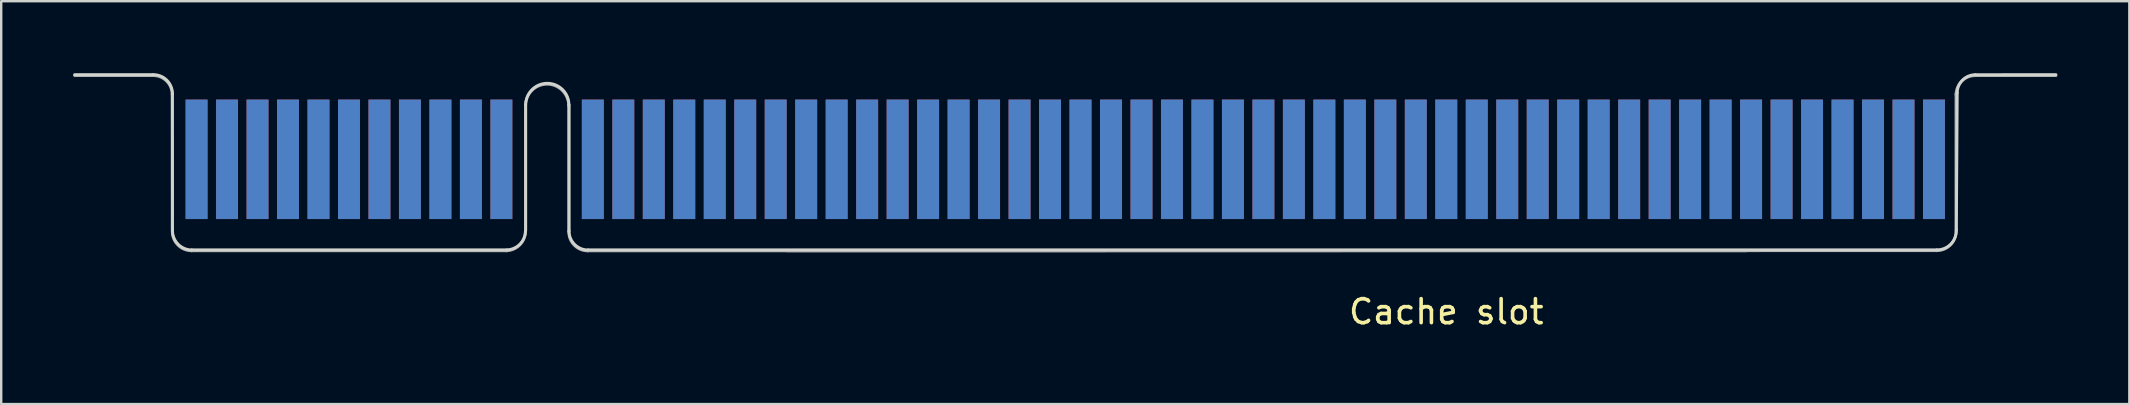
<source format=kicad_pcb>
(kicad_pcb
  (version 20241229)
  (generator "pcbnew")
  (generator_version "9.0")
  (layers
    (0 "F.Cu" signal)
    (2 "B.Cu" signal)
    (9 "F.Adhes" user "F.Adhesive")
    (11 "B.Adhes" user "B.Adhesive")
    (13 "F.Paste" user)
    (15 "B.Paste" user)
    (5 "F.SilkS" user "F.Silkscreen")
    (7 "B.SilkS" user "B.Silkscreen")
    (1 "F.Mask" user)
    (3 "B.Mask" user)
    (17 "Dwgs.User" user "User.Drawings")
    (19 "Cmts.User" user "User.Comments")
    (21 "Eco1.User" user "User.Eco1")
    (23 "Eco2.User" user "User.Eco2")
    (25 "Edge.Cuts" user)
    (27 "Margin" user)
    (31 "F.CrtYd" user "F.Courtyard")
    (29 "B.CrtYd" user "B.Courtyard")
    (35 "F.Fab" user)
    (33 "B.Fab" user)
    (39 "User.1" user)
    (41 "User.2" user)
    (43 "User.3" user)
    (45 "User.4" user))
  (footprint "Cache slot"
    (layer "F.Cu")
    (at 41.97 3.588)
    (property "Reference" "Cache slot" (at 15.24 6.35 0) (layer "F.SilkS") (effects (font (size 1 1) (thickness 0.15))))
    (attr exclude_from_pos_files)
    (fp_line (start -41.91 -3.528) (end -38.636 -3.528) (stroke (width 0.12) (type solid)) (layer "Edge.Cuts"))
    (fp_line (start -37.833 2.948) (end -37.836 -2.747) (stroke (width 0.12) (type solid)) (layer "Edge.Cuts"))
    (fp_line (start -23.899 3.772) (end -37.03 3.772) (stroke (width 0.12) (type solid)) (layer "Edge.Cuts"))
    (fp_line (start -23.116 -2.268) (end -23.116 2.963) (stroke (width 0.12) (type solid)) (layer "Edge.Cuts"))
    (fp_line (start -21.31 -2.268) (end -21.31 2.977) (stroke (width 0.12) (type solid)) (layer "Edge.Cuts"))
    (fp_line (start -20.518 3.772) (end 35.683 3.772) (stroke (width 0.12) (type solid)) (layer "Edge.Cuts"))
    (fp_line (start 36.493 2.935) (end 36.529 -2.766) (stroke (width 0.12) (type solid)) (layer "Edge.Cuts"))
    (fp_line (start 37.291 -3.526) (end 40.64 -3.528) (stroke (width 0.12) (type solid)) (layer "Edge.Cuts"))
    (fp_arc (start -38.635855 -3.527604) (mid -38.074161 -3.302896) (end -37.835855 -2.746836) (stroke (width 0.12) (type solid)) (layer "Edge.Cuts"))
    (fp_arc (start -37.029965 3.775708) (mid -37.605263 3.530279) (end -37.833026 2.947761) (stroke (width 0.12) (type solid)) (layer "Edge.Cuts"))
    (fp_arc (start -23.121507 2.962602) (mid -23.347204 3.524341) (end -23.899434 3.772396) (stroke (width 0.12) (type solid)) (layer "Edge.Cuts"))
    (fp_arc (start -23.115585 -2.267604) (mid -22.215185 -3.168004) (end -21.314785 -2.267604) (stroke (width 0.12) (type solid)) (layer "Edge.Cuts"))
    (fp_arc (start -20.517689 3.776844) (mid -21.081144 3.542479) (end -21.310184 2.97684) (stroke (width 0.12) (type solid)) (layer "Edge.Cuts"))
    (fp_arc (start 36.493288 2.93548) (mid 36.266121 3.526563) (end 35.682554 3.772396) (stroke (width 0.12) (type solid)) (layer "Edge.Cuts"))
    (fp_arc (start 36.529256 -2.766483) (mid 36.752358 -3.304222) (end 37.290587 -3.526139) (stroke (width 0.12) (type solid)) (layer "Edge.Cuts"))
    (fp_line (start -41.91 -3.49) (end -38.646 -3.49) (stroke (width 0.12) (type solid)) (layer "F.Fab"))
    (fp_line (start -37.843 2.985) (end -37.846 -2.709) (stroke (width 0.12) (type solid)) (layer "F.Fab"))
    (fp_line (start -23.909 3.81) (end -37.04 3.81) (stroke (width 0.12) (type solid)) (layer "F.Fab"))
    (fp_line (start -23.125 -2.23) (end -23.125 3) (stroke (width 0.12) (type solid)) (layer "F.Fab"))
    (fp_line (start -21.32 -2.23) (end -21.32 3.014) (stroke (width 0.12) (type solid)) (layer "F.Fab"))
    (fp_line (start -20.538 3.814) (end 27.74 3.81) (stroke (width 0.12) (type solid)) (layer "F.Fab"))
    (fp_line (start -12.246 3.81) (end 35.673 3.805) (stroke (width 0.12) (type solid)) (layer "F.Fab"))
    (fp_line (start 36.479 2.973) (end 36.479 -2.729) (stroke (width 0.12) (type solid)) (layer "F.Fab"))
    (fp_line (start 37.281 -3.489) (end 40.64 -3.49) (stroke (width 0.12) (type solid)) (layer "F.Fab"))
    (fp_arc (start -38.64567 -3.49) (mid -38.083968 -3.265301) (end -37.84567 -2.709232) (stroke (width 0.12) (type solid)) (layer "F.Fab"))
    (fp_arc (start -37.039761 3.81) (mid -37.607385 3.571004) (end -37.839761 3.000638) (stroke (width 0.12) (type solid)) (layer "F.Fab"))
    (fp_arc (start -23.131933 2.998859) (mid -23.367134 3.571437) (end -23.93832 3.81) (stroke (width 0.12) (type solid)) (layer "F.Fab"))
    (fp_arc (start -23.125455 -2.23) (mid -22.225 -3.130455) (end -21.324545 -2.23) (stroke (width 0.12) (type solid)) (layer "F.Fab"))
    (fp_arc (start -20.537704 3.814444) (mid -21.094537 3.576463) (end -21.32 3.014444) (stroke (width 0.12) (type solid)) (layer "F.Fab"))
    (fp_arc (start 36.479126 3.005107) (mid 36.241617 3.572114) (end 35.672739 3.805106) (stroke (width 0.12) (type solid)) (layer "F.Fab"))
    (fp_arc (start 36.480773 -2.688537) (mid 36.715087 -3.254222) (end 37.280772 -3.488536) (stroke (width 0.12) (type solid)) (layer "F.Fab"))
    (pad "a1" connect rect (at 35.56 0) (size 0.914 4.978) (layers "F.Cu"))
    (pad "a2" connect rect (at 34.29 0) (size 0.914 4.978) (layers "F.Cu"))
    (pad "a3" connect rect (at 33.02 0) (size 0.914 4.978) (layers "F.Cu"))
    (pad "a4" connect rect (at 31.75 0) (size 0.914 4.978) (layers "F.Cu"))
    (pad "a5" connect rect (at 30.48 0) (size 0.914 4.978) (layers "F.Cu"))
    (pad "a6" connect rect (at 29.21 0) (size 0.914 4.978) (layers "F.Cu"))
    (pad "a7" connect rect (at 27.94 0) (size 0.914 4.978) (layers "F.Cu"))
    (pad "a8" connect rect (at 26.67 0) (size 0.914 4.978) (layers "F.Cu"))
    (pad "a9" connect rect (at 25.4 0) (size 0.914 4.978) (layers "F.Cu"))
    (pad "a10" connect rect (at 24.13 0) (size 0.914 4.978) (layers "F.Cu"))
    (pad "a11" connect rect (at 22.86 0) (size 0.914 4.978) (layers "F.Cu"))
    (pad "a12" connect rect (at 21.59 0) (size 0.914 4.978) (layers "F.Cu"))
    (pad "a13" connect rect (at 20.32 0) (size 0.914 4.978) (layers "F.Cu"))
    (pad "a14" connect rect (at 19.05 0) (size 0.914 4.978) (layers "F.Cu"))
    (pad "a15" connect rect (at 17.78 0) (size 0.914 4.978) (layers "F.Cu"))
    (pad "a16" connect rect (at 16.51 0) (size 0.914 4.978) (layers "F.Cu"))
    (pad "a17" connect rect (at 15.24 0) (size 0.914 4.978) (layers "F.Cu"))
    (pad "a18" connect rect (at 13.97 0) (size 0.914 4.978) (layers "F.Cu"))
    (pad "a19" connect rect (at 12.7 0) (size 0.914 4.978) (layers "F.Cu"))
    (pad "a20" connect rect (at 11.43 0) (size 0.914 4.978) (layers "F.Cu"))
    (pad "a21" connect rect (at 10.16 0) (size 0.914 4.978) (layers "F.Cu"))
    (pad "a22" connect rect (at 8.89 0) (size 0.914 4.978) (layers "F.Cu"))
    (pad "a23" connect rect (at 7.62 0) (size 0.914 4.978) (layers "F.Cu"))
    (pad "a24" connect rect (at 6.35 0) (size 0.914 4.978) (layers "F.Cu"))
    (pad "a25" connect rect (at 5.08 0) (size 0.914 4.978) (layers "F.Cu"))
    (pad "a26" connect rect (at 3.81 0) (size 0.914 4.978) (layers "F.Cu"))
    (pad "a27" connect rect (at 2.54 0) (size 0.914 4.978) (layers "F.Cu"))
    (pad "a28" connect rect (at 1.27 0) (size 0.914 4.978) (layers "F.Cu"))
    (pad "a29" connect rect (at 0 0) (size 0.914 4.978) (layers "F.Cu"))
    (pad "a30" connect rect (at -1.27 0) (size 0.914 4.978) (layers "F.Cu"))
    (pad "a31" connect rect (at -2.54 0) (size 0.914 4.978) (layers "F.Cu"))
    (pad "a32" connect rect (at -3.81 0) (size 0.914 4.978) (layers "F.Cu"))
    (pad "a33" connect rect (at -5.08 0) (size 0.914 4.978) (layers "F.Cu"))
    (pad "a34" connect rect (at -6.35 0) (size 0.914 4.978) (layers "F.Cu"))
    (pad "a35" connect rect (at -7.62 0) (size 0.914 4.978) (layers "F.Cu"))
    (pad "a36" connect rect (at -8.89 0) (size 0.914 4.978) (layers "F.Cu"))
    (pad "a37" connect rect (at -10.16 0) (size 0.914 4.978) (layers "F.Cu"))
    (pad "a38" connect rect (at -11.43 0) (size 0.914 4.978) (layers "F.Cu"))
    (pad "a39" connect rect (at -12.7 0) (size 0.914 4.978) (layers "F.Cu"))
    (pad "a40" connect rect (at -13.97 0) (size 0.914 4.978) (layers "F.Cu"))
    (pad "a41" connect rect (at -15.24 0) (size 0.914 4.978) (layers "F.Cu"))
    (pad "a42" connect rect (at -16.51 0) (size 0.914 4.978) (layers "F.Cu"))
    (pad "a43" connect rect (at -17.78 0) (size 0.914 4.978) (layers "F.Cu"))
    (pad "a44" connect rect (at -19.05 0) (size 0.914 4.978) (layers "F.Cu"))
    (pad "a45" connect rect (at -20.32 0) (size 0.914 4.978) (layers "F.Cu"))
    (pad "a48" connect rect (at -24.13 0) (size 0.914 4.978) (layers "F.Cu"))
    (pad "a49" connect rect (at -25.4 0) (size 0.914 4.978) (layers "F.Cu"))
    (pad "a50" connect rect (at -26.67 0) (size 0.914 4.978) (layers "F.Cu"))
    (pad "a51" connect rect (at -27.94 0) (size 0.914 4.978) (layers "F.Cu"))
    (pad "a52" connect rect (at -29.21 0) (size 0.914 4.978) (layers "F.Cu"))
    (pad "a53" connect rect (at -30.48 0) (size 0.914 4.978) (layers "F.Cu"))
    (pad "a54" connect rect (at -31.75 0) (size 0.914 4.978) (layers "F.Cu"))
    (pad "a55" connect rect (at -33.02 0) (size 0.914 4.978) (layers "F.Cu"))
    (pad "a56" connect rect (at -34.29 0) (size 0.914 4.978) (layers "F.Cu"))
    (pad "a57" connect rect (at -35.56 0) (size 0.914 4.978) (layers "F.Cu"))
    (pad "a58" connect rect (at -36.83 0) (size 0.914 4.978) (layers "F.Cu"))
    (pad "b1" connect rect (at 35.56 0) (size 0.914 4.978) (layers "B.Cu"))
    (pad "b2" connect rect (at 34.29 0) (size 0.914 4.978) (layers "B.Cu"))
    (pad "b3" connect rect (at 33.02 0) (size 0.914 4.978) (layers "B.Cu"))
    (pad "b4" connect rect (at 31.75 0) (size 0.914 4.978) (layers "B.Cu"))
    (pad "b5" connect rect (at 30.48 0) (size 0.914 4.978) (layers "B.Cu"))
    (pad "b6" connect rect (at 29.21 0) (size 0.914 4.978) (layers "B.Cu"))
    (pad "b7" connect rect (at 27.94 0) (size 0.914 4.978) (layers "B.Cu"))
    (pad "b8" connect rect (at 26.67 0) (size 0.914 4.978) (layers "B.Cu"))
    (pad "b9" connect rect (at 25.4 0) (size 0.914 4.978) (layers "B.Cu"))
    (pad "b10" connect rect (at 24.13 0) (size 0.914 4.978) (layers "B.Cu"))
    (pad "b11" connect rect (at 22.86 0) (size 0.914 4.978) (layers "B.Cu"))
    (pad "b12" connect rect (at 21.59 0) (size 0.914 4.978) (layers "B.Cu"))
    (pad "b13" connect rect (at 20.32 0) (size 0.914 4.978) (layers "B.Cu"))
    (pad "b14" connect rect (at 19.05 0) (size 0.914 4.978) (layers "B.Cu"))
    (pad "b15" connect rect (at 17.78 0) (size 0.914 4.978) (layers "B.Cu"))
    (pad "b16" connect rect (at 16.51 0) (size 0.914 4.978) (layers "B.Cu"))
    (pad "b17" connect rect (at 15.24 0) (size 0.914 4.978) (layers "B.Cu"))
    (pad "b18" connect rect (at 13.97 0) (size 0.914 4.978) (layers "B.Cu"))
    (pad "b19" connect rect (at 12.7 0) (size 0.914 4.978) (layers "B.Cu"))
    (pad "b20" connect rect (at 11.43 0) (size 0.914 4.978) (layers "B.Cu"))
    (pad "b21" connect rect (at 10.16 0) (size 0.914 4.978) (layers "B.Cu"))
    (pad "b22" connect rect (at 8.89 0) (size 0.914 4.978) (layers "B.Cu"))
    (pad "b23" connect rect (at 7.62 0) (size 0.914 4.978) (layers "B.Cu"))
    (pad "b24" connect rect (at 6.35 0) (size 0.914 4.978) (layers "B.Cu"))
    (pad "b25" connect rect (at 5.08 0) (size 0.914 4.978) (layers "B.Cu"))
    (pad "b26" connect rect (at 3.81 0) (size 0.914 4.978) (layers "B.Cu"))
    (pad "b27" connect rect (at 2.54 0) (size 0.914 4.978) (layers "B.Cu"))
    (pad "b28" connect rect (at 1.27 0) (size 0.914 4.978) (layers "B.Cu"))
    (pad "b29" connect rect (at 0 0) (size 0.914 4.978) (layers "B.Cu"))
    (pad "b30" connect rect (at -1.27 0) (size 0.914 4.978) (layers "B.Cu"))
    (pad "b31" connect rect (at -2.54 0) (size 0.914 4.978) (layers "B.Cu"))
    (pad "b32" connect rect (at -3.81 0) (size 0.914 4.978) (layers "B.Cu"))
    (pad "b33" connect rect (at -5.08 0) (size 0.914 4.978) (layers "B.Cu"))
    (pad "b34" connect rect (at -6.35 0) (size 0.914 4.978) (layers "B.Cu"))
    (pad "b35" connect rect (at -7.62 0) (size 0.914 4.978) (layers "B.Cu"))
    (pad "b36" connect rect (at -8.89 0) (size 0.914 4.978) (layers "B.Cu"))
    (pad "b37" connect rect (at -10.16 0) (size 0.914 4.978) (layers "B.Cu"))
    (pad "b38" connect rect (at -11.43 0) (size 0.914 4.978) (layers "B.Cu"))
    (pad "b39" connect rect (at -12.7 0) (size 0.914 4.978) (layers "B.Cu"))
    (pad "b40" connect rect (at -13.97 0) (size 0.914 4.978) (layers "B.Cu"))
    (pad "b41" connect rect (at -15.24 0) (size 0.914 4.978) (layers "B.Cu"))
    (pad "b42" connect rect (at -16.51 0) (size 0.914 4.978) (layers "B.Cu"))
    (pad "b43" connect rect (at -17.78 0) (size 0.914 4.978) (layers "B.Cu"))
    (pad "b44" connect rect (at -19.05 0) (size 0.914 4.978) (layers "B.Cu"))
    (pad "b45" connect rect (at -20.32 0) (size 0.914 4.978) (layers "B.Cu"))
    (pad "b48" connect rect (at -24.13 0) (size 0.914 4.978) (layers "B.Cu"))
    (pad "b49" connect rect (at -25.4 0) (size 0.914 4.978) (layers "B.Cu"))
    (pad "b50" connect rect (at -26.67 0) (size 0.914 4.978) (layers "B.Cu"))
    (pad "b51" connect rect (at -27.94 0) (size 0.914 4.978) (layers "B.Cu"))
    (pad "b52" connect rect (at -29.21 0) (size 0.914 4.978) (layers "B.Cu"))
    (pad "b53" connect rect (at -30.48 0) (size 0.914 4.978) (layers "B.Cu"))
    (pad "b54" connect rect (at -31.75 0) (size 0.914 4.978) (layers "B.Cu"))
    (pad "b55" connect rect (at -33.02 0) (size 0.914 4.978) (layers "B.Cu"))
    (pad "b56" connect rect (at -34.29 0) (size 0.914 4.978) (layers "B.Cu"))
    (pad "b57" connect rect (at -35.56 0) (size 0.914 4.978) (layers "B.Cu"))
    (pad "b58" connect rect (at -36.83 0) (size 0.914 4.978) (layers "B.Cu")))
  (gr_rect
    (start -3 -3)
    (end 85.67 13.786)
    (stroke (width 0.1) (type default))
    (fill no)
    (layer "Edge.Cuts")))
</source>
